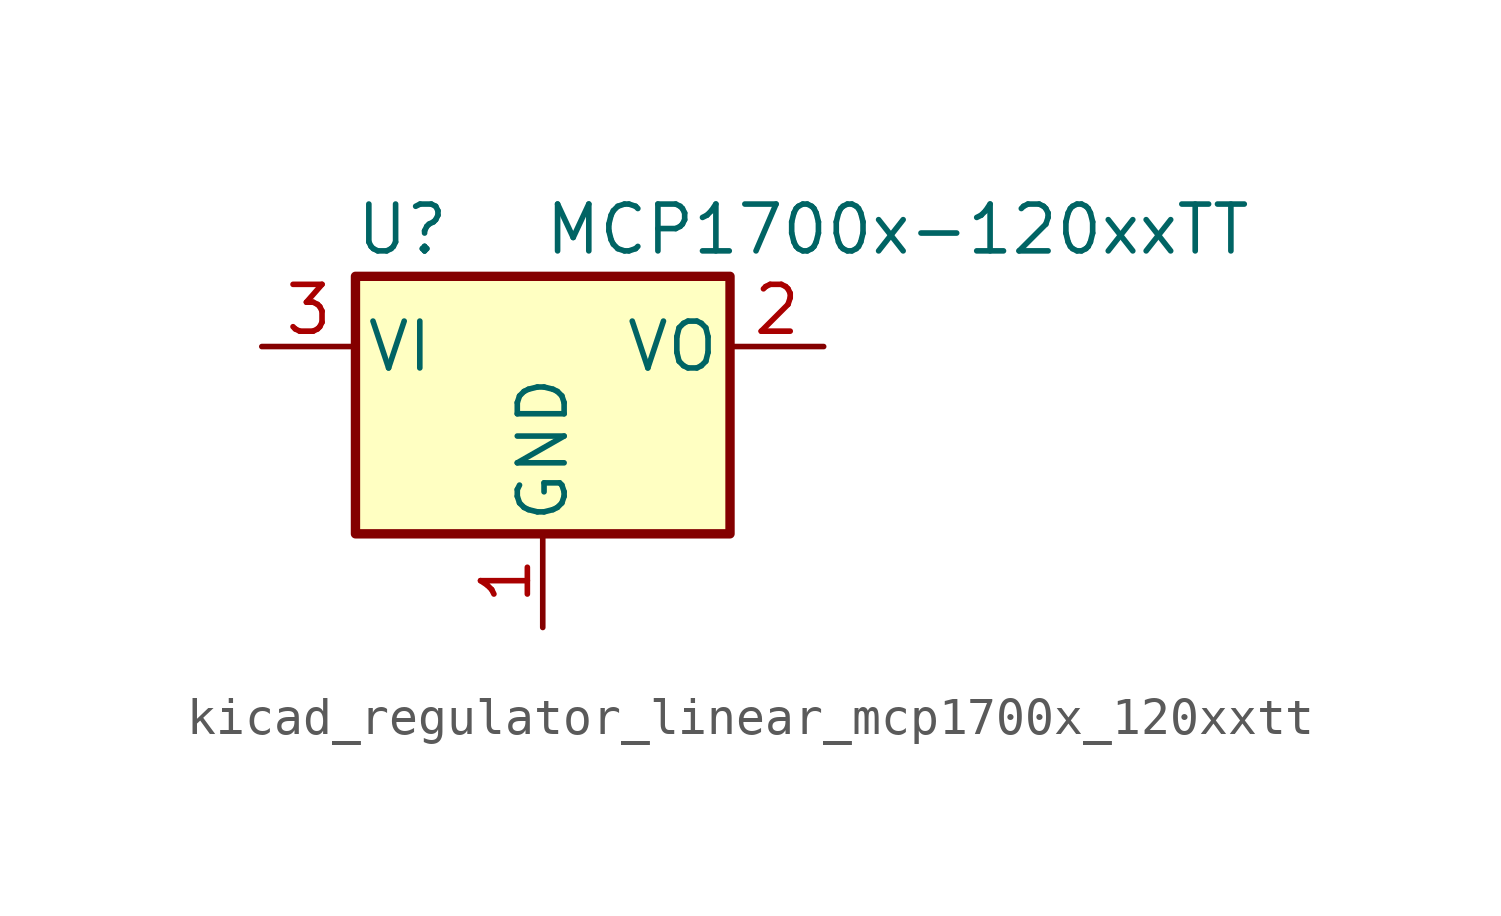
<source format=kicad_sym>
(kicad_symbol_lib
  (version 20220914)
  (generator kicad_symbol_editor)
  (symbol "kicad_regulator_linear_mcp1700x_120xxtt"
    (pin_names
      (offset 0.254))
    (property "Reference" "U"
      (at -3.81 3.175 0)
      (effects (font (size 1.27 1.27))))
    (property "Value" "MCP1700x-120xxTT"
      (at 0 3.175 0)
      (effects (font (size 1.27 1.27)) (justify left)))
    (symbol "kicad_regulator_linear_mcp1700x_120xxtt_0_1"
      (rectangle (start -5.08 1.905) (end 5.08 -5.08) (stroke (width 0.254) (type default)) (fill (type background))))
    (symbol "kicad_regulator_linear_mcp1700x_120xxtt_1_1"
      (pin power_in line (at 0 -7.62 90) (length 2.54) (name "GND" (effects (font (size 1.27 1.27)))) (number "1" (effects (font (size 1.27 1.27)))))
      (pin power_out line (at 7.62 0 180) (length 2.54) (name "VO" (effects (font (size 1.27 1.27)))) (number "2" (effects (font (size 1.27 1.27)))))
      (pin power_in line (at -7.62 0 0) (length 2.54) (name "VI" (effects (font (size 1.27 1.27)))) (number "3" (effects (font (size 1.27 1.27))))))))
</source>
